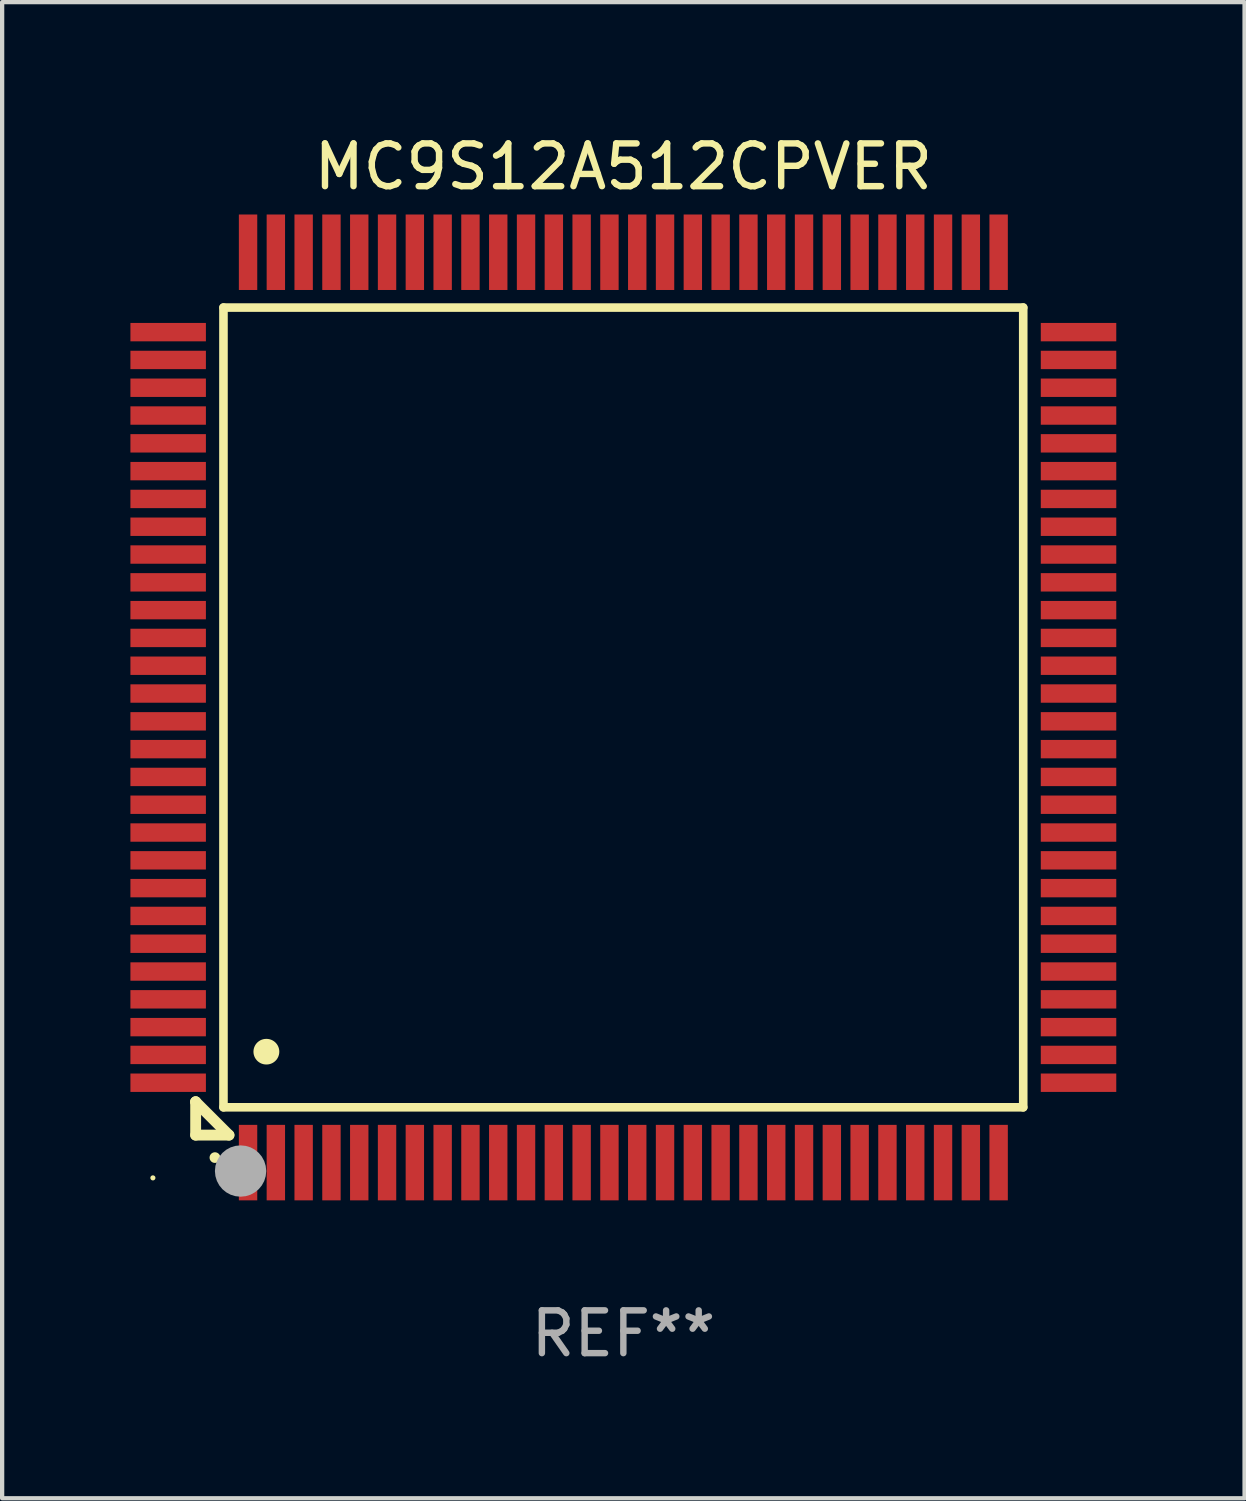
<source format=kicad_pcb>
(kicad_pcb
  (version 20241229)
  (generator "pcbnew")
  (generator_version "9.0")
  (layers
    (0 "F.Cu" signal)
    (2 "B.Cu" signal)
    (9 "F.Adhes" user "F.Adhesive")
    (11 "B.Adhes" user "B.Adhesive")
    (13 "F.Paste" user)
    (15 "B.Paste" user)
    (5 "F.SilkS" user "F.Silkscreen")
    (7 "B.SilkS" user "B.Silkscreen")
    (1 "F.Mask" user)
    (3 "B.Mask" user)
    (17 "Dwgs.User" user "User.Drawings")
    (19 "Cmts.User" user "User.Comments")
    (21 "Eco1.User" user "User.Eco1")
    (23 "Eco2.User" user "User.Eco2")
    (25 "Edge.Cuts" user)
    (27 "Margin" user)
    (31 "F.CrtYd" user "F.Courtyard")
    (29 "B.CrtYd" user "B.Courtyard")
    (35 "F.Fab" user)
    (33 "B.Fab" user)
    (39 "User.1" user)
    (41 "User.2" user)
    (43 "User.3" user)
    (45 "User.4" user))
  (footprint "MC9S12A512CPVER"
    (layer "F.Cu")
    (at 11.525 13.491)
    (property "Reference" "MC9S12A512CPVER" (at 0 -12.643 0) (layer "F.SilkS") (effects (font (size 1 1) (thickness 0.15))))
    (attr through_hole)
    (fp_line (start -10 9.221) (end -10 9.221) (stroke (width 0.254) (type solid)) (layer "F.SilkS"))
    (fp_line (start -10 9.221) (end -10 10) (stroke (width 0.254) (type solid)) (layer "F.SilkS"))
    (fp_line (start -10 9.221) (end -9.221 10) (stroke (width 0.254) (type solid)) (layer "F.SilkS"))
    (fp_line (start -10 10) (end -9.221 10) (stroke (width 0.254) (type solid)) (layer "F.SilkS"))
    (fp_line (start -9.35 -9.35) (end -9.35 9.35) (stroke (width 0.201) (type solid)) (layer "F.SilkS"))
    (fp_line (start -9.35 9.35) (end 9.35 9.35) (stroke (width 0.201) (type solid)) (layer "F.SilkS"))
    (fp_line (start 9.35 -9.35) (end -9.35 -9.35) (stroke (width 0.201) (type solid)) (layer "F.SilkS"))
    (fp_line (start 9.35 9.35) (end 9.35 -9.35) (stroke (width 0.201) (type solid)) (layer "F.SilkS"))
    (fp_arc (start -9.550546 10.525832) (mid -9.549276 10.525826) (end -9.548006 10.525832) (stroke (width 0.24892) (type solid)) (layer "F.SilkS"))
    (fp_arc (start -8.349124 8.049327) (mid -8.346584 8.049316) (end -8.344044 8.049327) (stroke (width 0.599441) (type solid)) (layer "F.SilkS"))
    (fp_circle (center -11 11) (end -10.97 11) (stroke (width 0.06) (type solid)) (fill no) (layer "F.SilkS"))
    (fp_circle (center -8.95 10.84) (end -8.65 10.84) (stroke (width 0.6) (type solid)) (fill no) (layer "F.Fab"))
    (fp_text user "REF**" (at 0 14.643 0) (layer "F.Fab") (effects (font (size 1 1) (thickness 0.15))))
    (pad "1" smd rect (at -8.775 10.643) (size 0.43 1.765) (layers "F.Cu" "F.Mask" "F.Paste"))
    (pad "2" smd rect (at -8.125 10.643) (size 0.43 1.765) (layers "F.Cu" "F.Mask" "F.Paste"))
    (pad "3" smd rect (at -7.475 10.643) (size 0.43 1.765) (layers "F.Cu" "F.Mask" "F.Paste"))
    (pad "4" smd rect (at -6.825 10.643) (size 0.43 1.765) (layers "F.Cu" "F.Mask" "F.Paste"))
    (pad "5" smd rect (at -6.175 10.643) (size 0.43 1.765) (layers "F.Cu" "F.Mask" "F.Paste"))
    (pad "6" smd rect (at -5.525 10.643) (size 0.43 1.765) (layers "F.Cu" "F.Mask" "F.Paste"))
    (pad "7" smd rect (at -4.875 10.643) (size 0.43 1.765) (layers "F.Cu" "F.Mask" "F.Paste"))
    (pad "8" smd rect (at -4.225 10.643) (size 0.43 1.765) (layers "F.Cu" "F.Mask" "F.Paste"))
    (pad "9" smd rect (at -3.575 10.643) (size 0.43 1.765) (layers "F.Cu" "F.Mask" "F.Paste"))
    (pad "10" smd rect (at -2.925 10.643) (size 0.43 1.765) (layers "F.Cu" "F.Mask" "F.Paste"))
    (pad "11" smd rect (at -2.275 10.643) (size 0.43 1.765) (layers "F.Cu" "F.Mask" "F.Paste"))
    (pad "12" smd rect (at -1.625 10.643) (size 0.43 1.765) (layers "F.Cu" "F.Mask" "F.Paste"))
    (pad "13" smd rect (at -0.975 10.643) (size 0.43 1.765) (layers "F.Cu" "F.Mask" "F.Paste"))
    (pad "14" smd rect (at -0.325 10.643) (size 0.43 1.765) (layers "F.Cu" "F.Mask" "F.Paste"))
    (pad "15" smd rect (at 0.325 10.643) (size 0.43 1.765) (layers "F.Cu" "F.Mask" "F.Paste"))
    (pad "16" smd rect (at 0.975 10.643) (size 0.43 1.765) (layers "F.Cu" "F.Mask" "F.Paste"))
    (pad "17" smd rect (at 1.625 10.643) (size 0.43 1.765) (layers "F.Cu" "F.Mask" "F.Paste"))
    (pad "18" smd rect (at 2.275 10.643) (size 0.43 1.765) (layers "F.Cu" "F.Mask" "F.Paste"))
    (pad "19" smd rect (at 2.925 10.643) (size 0.43 1.765) (layers "F.Cu" "F.Mask" "F.Paste"))
    (pad "20" smd rect (at 3.575 10.643) (size 0.43 1.765) (layers "F.Cu" "F.Mask" "F.Paste"))
    (pad "21" smd rect (at 4.225 10.643) (size 0.43 1.765) (layers "F.Cu" "F.Mask" "F.Paste"))
    (pad "22" smd rect (at 4.875 10.643) (size 0.43 1.765) (layers "F.Cu" "F.Mask" "F.Paste"))
    (pad "23" smd rect (at 5.525 10.643) (size 0.43 1.765) (layers "F.Cu" "F.Mask" "F.Paste"))
    (pad "24" smd rect (at 6.175 10.643) (size 0.43 1.765) (layers "F.Cu" "F.Mask" "F.Paste"))
    (pad "25" smd rect (at 6.825 10.643) (size 0.43 1.765) (layers "F.Cu" "F.Mask" "F.Paste"))
    (pad "26" smd rect (at 7.475 10.643) (size 0.43 1.765) (layers "F.Cu" "F.Mask" "F.Paste"))
    (pad "27" smd rect (at 8.125 10.643) (size 0.43 1.765) (layers "F.Cu" "F.Mask" "F.Paste"))
    (pad "28" smd rect (at 8.775 10.643) (size 0.43 1.765) (layers "F.Cu" "F.Mask" "F.Paste"))
    (pad "29" smd rect (at 10.643 8.775) (size 1.765 0.43) (layers "F.Cu" "F.Mask" "F.Paste"))
    (pad "30" smd rect (at 10.643 8.125) (size 1.765 0.43) (layers "F.Cu" "F.Mask" "F.Paste"))
    (pad "31" smd rect (at 10.643 7.475) (size 1.765 0.43) (layers "F.Cu" "F.Mask" "F.Paste"))
    (pad "32" smd rect (at 10.643 6.825) (size 1.765 0.43) (layers "F.Cu" "F.Mask" "F.Paste"))
    (pad "33" smd rect (at 10.643 6.175) (size 1.765 0.43) (layers "F.Cu" "F.Mask" "F.Paste"))
    (pad "34" smd rect (at 10.643 5.525) (size 1.765 0.43) (layers "F.Cu" "F.Mask" "F.Paste"))
    (pad "35" smd rect (at 10.643 4.875) (size 1.765 0.43) (layers "F.Cu" "F.Mask" "F.Paste"))
    (pad "36" smd rect (at 10.643 4.225) (size 1.765 0.43) (layers "F.Cu" "F.Mask" "F.Paste"))
    (pad "37" smd rect (at 10.643 3.575) (size 1.765 0.43) (layers "F.Cu" "F.Mask" "F.Paste"))
    (pad "38" smd rect (at 10.643 2.925) (size 1.765 0.43) (layers "F.Cu" "F.Mask" "F.Paste"))
    (pad "39" smd rect (at 10.643 2.275) (size 1.765 0.43) (layers "F.Cu" "F.Mask" "F.Paste"))
    (pad "40" smd rect (at 10.643 1.625) (size 1.765 0.43) (layers "F.Cu" "F.Mask" "F.Paste"))
    (pad "41" smd rect (at 10.643 0.975) (size 1.765 0.43) (layers "F.Cu" "F.Mask" "F.Paste"))
    (pad "42" smd rect (at 10.643 0.325) (size 1.765 0.43) (layers "F.Cu" "F.Mask" "F.Paste"))
    (pad "43" smd rect (at 10.643 -0.325) (size 1.765 0.43) (layers "F.Cu" "F.Mask" "F.Paste"))
    (pad "44" smd rect (at 10.643 -0.975) (size 1.765 0.43) (layers "F.Cu" "F.Mask" "F.Paste"))
    (pad "45" smd rect (at 10.643 -1.625) (size 1.765 0.43) (layers "F.Cu" "F.Mask" "F.Paste"))
    (pad "46" smd rect (at 10.643 -2.275) (size 1.765 0.43) (layers "F.Cu" "F.Mask" "F.Paste"))
    (pad "47" smd rect (at 10.643 -2.925) (size 1.765 0.43) (layers "F.Cu" "F.Mask" "F.Paste"))
    (pad "48" smd rect (at 10.643 -3.575) (size 1.765 0.43) (layers "F.Cu" "F.Mask" "F.Paste"))
    (pad "49" smd rect (at 10.643 -4.225) (size 1.765 0.43) (layers "F.Cu" "F.Mask" "F.Paste"))
    (pad "50" smd rect (at 10.643 -4.875) (size 1.765 0.43) (layers "F.Cu" "F.Mask" "F.Paste"))
    (pad "51" smd rect (at 10.643 -5.525) (size 1.765 0.43) (layers "F.Cu" "F.Mask" "F.Paste"))
    (pad "52" smd rect (at 10.643 -6.175) (size 1.765 0.43) (layers "F.Cu" "F.Mask" "F.Paste"))
    (pad "53" smd rect (at 10.643 -6.825) (size 1.765 0.43) (layers "F.Cu" "F.Mask" "F.Paste"))
    (pad "54" smd rect (at 10.643 -7.475) (size 1.765 0.43) (layers "F.Cu" "F.Mask" "F.Paste"))
    (pad "55" smd rect (at 10.643 -8.125) (size 1.765 0.43) (layers "F.Cu" "F.Mask" "F.Paste"))
    (pad "56" smd rect (at 10.643 -8.775) (size 1.765 0.43) (layers "F.Cu" "F.Mask" "F.Paste"))
    (pad "57" smd rect (at 8.775 -10.643) (size 0.43 1.765) (layers "F.Cu" "F.Mask" "F.Paste"))
    (pad "58" smd rect (at 8.125 -10.643) (size 0.43 1.765) (layers "F.Cu" "F.Mask" "F.Paste"))
    (pad "59" smd rect (at 7.475 -10.643) (size 0.43 1.765) (layers "F.Cu" "F.Mask" "F.Paste"))
    (pad "60" smd rect (at 6.825 -10.643) (size 0.43 1.765) (layers "F.Cu" "F.Mask" "F.Paste"))
    (pad "61" smd rect (at 6.175 -10.643) (size 0.43 1.765) (layers "F.Cu" "F.Mask" "F.Paste"))
    (pad "62" smd rect (at 5.525 -10.643) (size 0.43 1.765) (layers "F.Cu" "F.Mask" "F.Paste"))
    (pad "63" smd rect (at 4.875 -10.643) (size 0.43 1.765) (layers "F.Cu" "F.Mask" "F.Paste"))
    (pad "64" smd rect (at 4.225 -10.643) (size 0.43 1.765) (layers "F.Cu" "F.Mask" "F.Paste"))
    (pad "65" smd rect (at 3.575 -10.643) (size 0.43 1.765) (layers "F.Cu" "F.Mask" "F.Paste"))
    (pad "66" smd rect (at 2.925 -10.643) (size 0.43 1.765) (layers "F.Cu" "F.Mask" "F.Paste"))
    (pad "67" smd rect (at 2.275 -10.643) (size 0.43 1.765) (layers "F.Cu" "F.Mask" "F.Paste"))
    (pad "68" smd rect (at 1.625 -10.643) (size 0.43 1.765) (layers "F.Cu" "F.Mask" "F.Paste"))
    (pad "69" smd rect (at 0.975 -10.643) (size 0.43 1.765) (layers "F.Cu" "F.Mask" "F.Paste"))
    (pad "70" smd rect (at 0.325 -10.643) (size 0.43 1.765) (layers "F.Cu" "F.Mask" "F.Paste"))
    (pad "71" smd rect (at -0.325 -10.643) (size 0.43 1.765) (layers "F.Cu" "F.Mask" "F.Paste"))
    (pad "72" smd rect (at -0.975 -10.643) (size 0.43 1.765) (layers "F.Cu" "F.Mask" "F.Paste"))
    (pad "73" smd rect (at -1.625 -10.643) (size 0.43 1.765) (layers "F.Cu" "F.Mask" "F.Paste"))
    (pad "74" smd rect (at -2.275 -10.643) (size 0.43 1.765) (layers "F.Cu" "F.Mask" "F.Paste"))
    (pad "75" smd rect (at -2.925 -10.643) (size 0.43 1.765) (layers "F.Cu" "F.Mask" "F.Paste"))
    (pad "76" smd rect (at -3.575 -10.643) (size 0.43 1.765) (layers "F.Cu" "F.Mask" "F.Paste"))
    (pad "77" smd rect (at -4.225 -10.643) (size 0.43 1.765) (layers "F.Cu" "F.Mask" "F.Paste"))
    (pad "78" smd rect (at -4.875 -10.643) (size 0.43 1.765) (layers "F.Cu" "F.Mask" "F.Paste"))
    (pad "79" smd rect (at -5.525 -10.643) (size 0.43 1.765) (layers "F.Cu" "F.Mask" "F.Paste"))
    (pad "80" smd rect (at -6.175 -10.643) (size 0.43 1.765) (layers "F.Cu" "F.Mask" "F.Paste"))
    (pad "81" smd rect (at -6.825 -10.643) (size 0.43 1.765) (layers "F.Cu" "F.Mask" "F.Paste"))
    (pad "82" smd rect (at -7.475 -10.643) (size 0.43 1.765) (layers "F.Cu" "F.Mask" "F.Paste"))
    (pad "83" smd rect (at -8.125 -10.643) (size 0.43 1.765) (layers "F.Cu" "F.Mask" "F.Paste"))
    (pad "84" smd rect (at -8.775 -10.643) (size 0.43 1.765) (layers "F.Cu" "F.Mask" "F.Paste"))
    (pad "85" smd rect (at -10.643 -8.775) (size 1.765 0.43) (layers "F.Cu" "F.Mask" "F.Paste"))
    (pad "86" smd rect (at -10.643 -8.125) (size 1.765 0.43) (layers "F.Cu" "F.Mask" "F.Paste"))
    (pad "87" smd rect (at -10.643 -7.475) (size 1.765 0.43) (layers "F.Cu" "F.Mask" "F.Paste"))
    (pad "88" smd rect (at -10.643 -6.825) (size 1.765 0.43) (layers "F.Cu" "F.Mask" "F.Paste"))
    (pad "89" smd rect (at -10.643 -6.175) (size 1.765 0.43) (layers "F.Cu" "F.Mask" "F.Paste"))
    (pad "90" smd rect (at -10.643 -5.525) (size 1.765 0.43) (layers "F.Cu" "F.Mask" "F.Paste"))
    (pad "91" smd rect (at -10.643 -4.875) (size 1.765 0.43) (layers "F.Cu" "F.Mask" "F.Paste"))
    (pad "92" smd rect (at -10.643 -4.225) (size 1.765 0.43) (layers "F.Cu" "F.Mask" "F.Paste"))
    (pad "93" smd rect (at -10.643 -3.575) (size 1.765 0.43) (layers "F.Cu" "F.Mask" "F.Paste"))
    (pad "94" smd rect (at -10.643 -2.925) (size 1.765 0.43) (layers "F.Cu" "F.Mask" "F.Paste"))
    (pad "95" smd rect (at -10.643 -2.275) (size 1.765 0.43) (layers "F.Cu" "F.Mask" "F.Paste"))
    (pad "96" smd rect (at -10.643 -1.625) (size 1.765 0.43) (layers "F.Cu" "F.Mask" "F.Paste"))
    (pad "97" smd rect (at -10.643 -0.975) (size 1.765 0.43) (layers "F.Cu" "F.Mask" "F.Paste"))
    (pad "98" smd rect (at -10.643 -0.325) (size 1.765 0.43) (layers "F.Cu" "F.Mask" "F.Paste"))
    (pad "99" smd rect (at -10.643 0.325) (size 1.765 0.43) (layers "F.Cu" "F.Mask" "F.Paste"))
    (pad "100" smd rect (at -10.643 0.975) (size 1.765 0.43) (layers "F.Cu" "F.Mask" "F.Paste"))
    (pad "101" smd rect (at -10.643 1.625) (size 1.765 0.43) (layers "F.Cu" "F.Mask" "F.Paste"))
    (pad "102" smd rect (at -10.643 2.275) (size 1.765 0.43) (layers "F.Cu" "F.Mask" "F.Paste"))
    (pad "103" smd rect (at -10.643 2.925) (size 1.765 0.43) (layers "F.Cu" "F.Mask" "F.Paste"))
    (pad "104" smd rect (at -10.643 3.575) (size 1.765 0.43) (layers "F.Cu" "F.Mask" "F.Paste"))
    (pad "105" smd rect (at -10.643 4.225) (size 1.765 0.43) (layers "F.Cu" "F.Mask" "F.Paste"))
    (pad "106" smd rect (at -10.643 4.875) (size 1.765 0.43) (layers "F.Cu" "F.Mask" "F.Paste"))
    (pad "107" smd rect (at -10.643 5.525) (size 1.765 0.43) (layers "F.Cu" "F.Mask" "F.Paste"))
    (pad "108" smd rect (at -10.643 6.175) (size 1.765 0.43) (layers "F.Cu" "F.Mask" "F.Paste"))
    (pad "109" smd rect (at -10.643 6.825) (size 1.765 0.43) (layers "F.Cu" "F.Mask" "F.Paste"))
    (pad "110" smd rect (at -10.643 7.475) (size 1.765 0.43) (layers "F.Cu" "F.Mask" "F.Paste"))
    (pad "111" smd rect (at -10.643 8.125) (size 1.765 0.43) (layers "F.Cu" "F.Mask" "F.Paste"))
    (pad "112" smd rect (at -10.643 8.775) (size 1.765 0.43) (layers "F.Cu" "F.Mask" "F.Paste")))
  (gr_rect
    (start -3 -3)
    (end 26.05 31.982)
    (stroke (width 0.1) (type default))
    (fill no)
    (layer "Edge.Cuts")))
</source>
